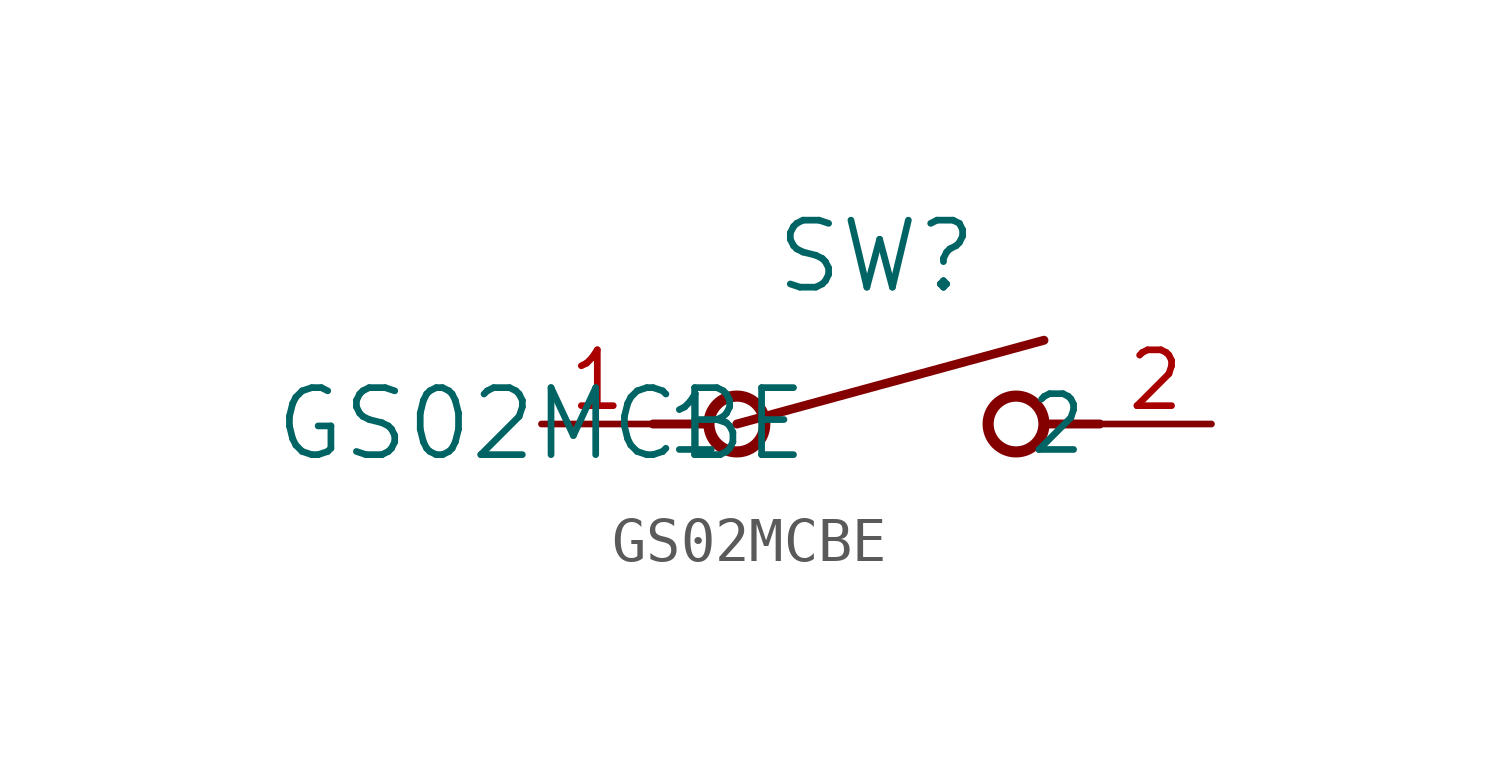
<source format=kicad_sym>
(kicad_symbol_lib
  (version 20211014)
  (generator kicad_symbol_editor)
  (symbol "GS02MCBE"
    (pin_names
      (offset 0.254))
    (property "Reference" "SW"
      (at 7.62 3.81 0)
      (effects (font (size 1.524 1.524))))
    (property "Value" "GS02MCBE"
      (at 0 0 0)
      (effects (font (size 1.524 1.524))))
    (symbol "GS02MCBE_0_1"
      (polyline (pts (xy 2.54 0) (xy 3.81 0)) (stroke (width 0.203) (type default) (color 0 0 0 0)) (fill (type none)))
      (circle (center 10.795 0) (radius 0.635) (stroke (width 0.254) (type default) (color 0 0 0 0)) (fill (type none)))
      (circle (center 4.445 0) (radius 0.635) (stroke (width 0.254) (type default) (color 0 0 0 0)) (fill (type none)))
      (polyline (pts (xy 12.7 0) (xy 11.43 0)) (stroke (width 0.203) (type default) (color 0 0 0 0)) (fill (type none)))
      (polyline (pts (xy 4.445 0) (xy 11.43 1.905)) (stroke (width 0.203) (type default) (color 0 0 0 0)) (fill (type none)))
      (pin unspecified line (at 0 0 0) (length 2.54) (name "1" (effects (font (size 1.27 1.27)))) (number "1" (effects (font (size 1.27 1.27)))))
      (pin unspecified line (at 15.24 0 180) (length 2.54) (name "2" (effects (font (size 1.27 1.27)))) (number "2" (effects (font (size 1.27 1.27))))))))
</source>
